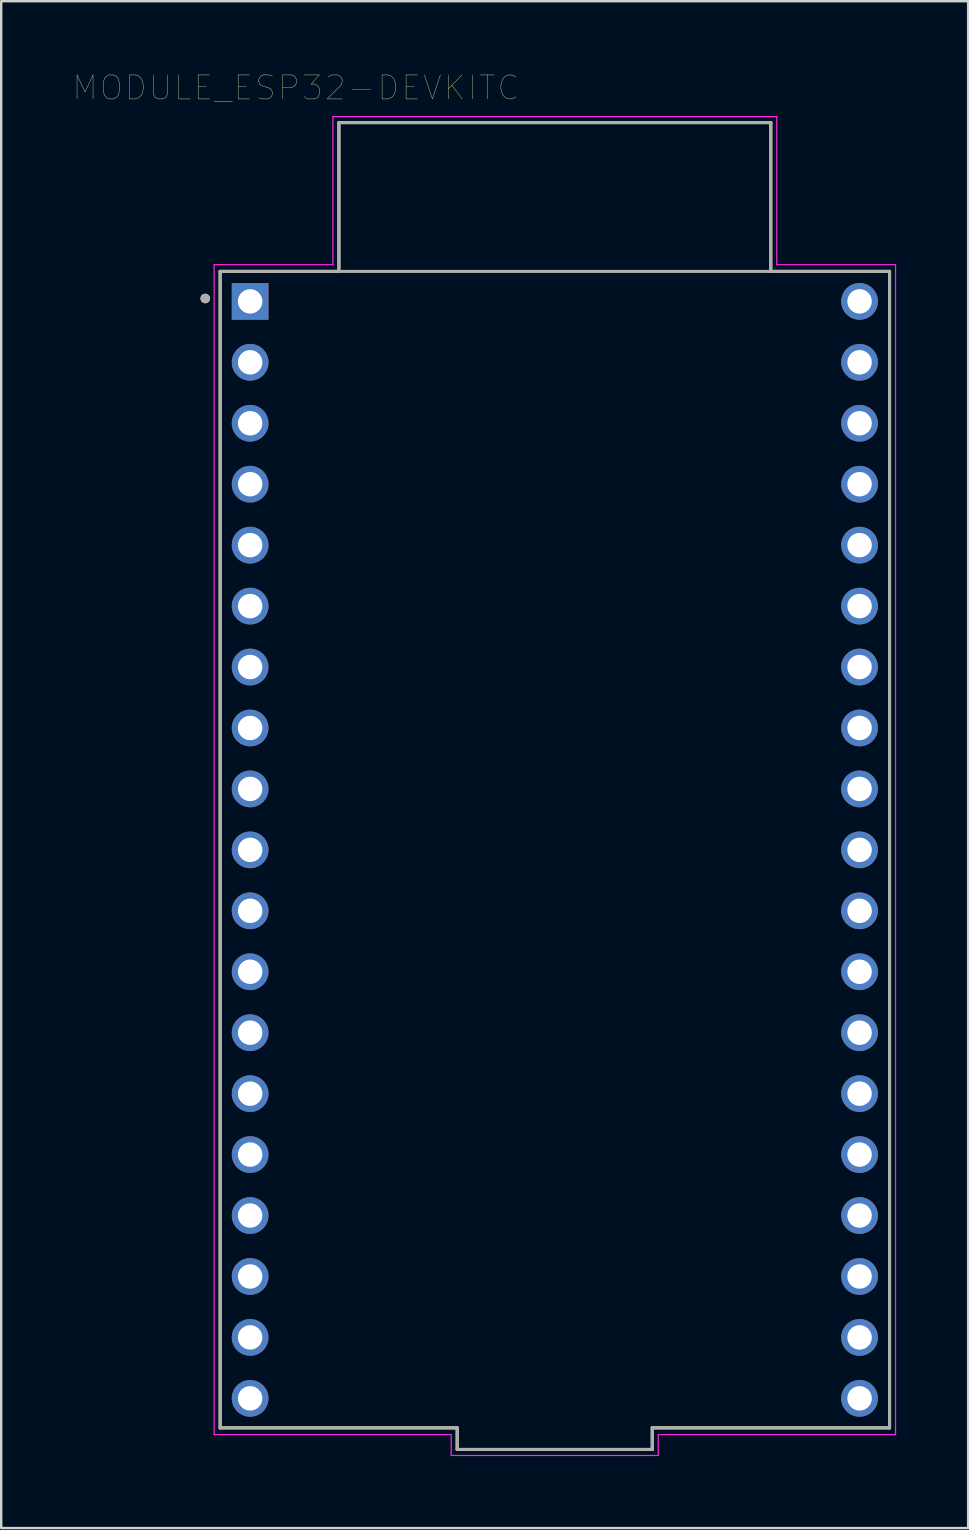
<source format=kicad_pcb>
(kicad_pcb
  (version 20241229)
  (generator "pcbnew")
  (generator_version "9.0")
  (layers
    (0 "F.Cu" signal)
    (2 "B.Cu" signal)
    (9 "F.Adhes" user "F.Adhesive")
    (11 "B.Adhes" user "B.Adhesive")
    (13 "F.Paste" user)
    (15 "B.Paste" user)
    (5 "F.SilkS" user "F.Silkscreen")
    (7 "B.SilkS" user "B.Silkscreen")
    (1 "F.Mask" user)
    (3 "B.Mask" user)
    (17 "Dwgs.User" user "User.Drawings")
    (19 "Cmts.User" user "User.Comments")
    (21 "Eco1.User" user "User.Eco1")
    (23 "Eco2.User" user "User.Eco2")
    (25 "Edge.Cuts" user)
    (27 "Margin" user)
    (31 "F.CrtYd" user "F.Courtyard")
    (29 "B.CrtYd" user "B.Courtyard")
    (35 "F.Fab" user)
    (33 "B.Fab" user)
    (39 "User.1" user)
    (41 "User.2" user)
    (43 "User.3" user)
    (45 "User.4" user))
  (footprint "MODULE_ESP32-DEVKITC"
    (layer "F.Cu")
    (at 20.075 32.361)
    (property "Reference" "MODULE_ESP32-DEVKITC" (at -10.795 -31.75 0) (layer "F.SilkS") (effects (font (size 1 1) (thickness 0.015))))
    (attr through_hole)
    (fp_line (start -13.95 -24.1) (end -13.95 24.1) (stroke (width 0.127) (type solid)) (layer "F.SilkS"))
    (fp_line (start -13.95 24.1) (end -4.07 24.1) (stroke (width 0.127) (type solid)) (layer "F.SilkS"))
    (fp_line (start -9 -30.3) (end 9 -30.3) (stroke (width 0.127) (type solid)) (layer "F.SilkS"))
    (fp_line (start -9 -24.1) (end -13.95 -24.1) (stroke (width 0.127) (type solid)) (layer "F.SilkS"))
    (fp_line (start -9 -24.1) (end -9 -30.3) (stroke (width 0.127) (type solid)) (layer "F.SilkS"))
    (fp_line (start -4.07 24.1) (end -4.07 25) (stroke (width 0.127) (type solid)) (layer "F.SilkS"))
    (fp_line (start -4.07 25) (end 4.06 25) (stroke (width 0.127) (type solid)) (layer "F.SilkS"))
    (fp_line (start 4.06 24.1) (end 13.95 24.1) (stroke (width 0.127) (type solid)) (layer "F.SilkS"))
    (fp_line (start 4.06 25) (end 4.06 24.1) (stroke (width 0.127) (type solid)) (layer "F.SilkS"))
    (fp_line (start 9 -30.3) (end 9 -24.1) (stroke (width 0.127) (type solid)) (layer "F.SilkS"))
    (fp_line (start 13.95 -24.1) (end 9 -24.1) (stroke (width 0.127) (type solid)) (layer "F.SilkS"))
    (fp_line (start 13.95 24.1) (end 13.95 -24.1) (stroke (width 0.127) (type solid)) (layer "F.SilkS"))
    (fp_circle (center -14.57 -22.97) (end -14.47 -22.97) (stroke (width 0.2) (type solid)) (fill no) (layer "F.SilkS"))
    (fp_line (start -14.2 -24.38) (end -14.2 24.38) (stroke (width 0.05) (type solid)) (layer "F.CrtYd"))
    (fp_line (start -14.2 24.38) (end -4.32 24.38) (stroke (width 0.05) (type solid)) (layer "F.CrtYd"))
    (fp_line (start -9.25 -30.55) (end 9.25 -30.55) (stroke (width 0.05) (type solid)) (layer "F.CrtYd"))
    (fp_line (start -9.25 -24.38) (end -14.2 -24.38) (stroke (width 0.05) (type solid)) (layer "F.CrtYd"))
    (fp_line (start -9.25 -24.38) (end -9.25 -30.55) (stroke (width 0.05) (type solid)) (layer "F.CrtYd"))
    (fp_line (start -4.32 24.38) (end -4.32 25.25) (stroke (width 0.05) (type solid)) (layer "F.CrtYd"))
    (fp_line (start -4.32 25.25) (end 4.31 25.25) (stroke (width 0.05) (type solid)) (layer "F.CrtYd"))
    (fp_line (start 4.31 24.38) (end 14.2 24.38) (stroke (width 0.05) (type solid)) (layer "F.CrtYd"))
    (fp_line (start 4.31 25.25) (end 4.31 24.38) (stroke (width 0.05) (type solid)) (layer "F.CrtYd"))
    (fp_line (start 9.25 -30.55) (end 9.25 -24.38) (stroke (width 0.05) (type solid)) (layer "F.CrtYd"))
    (fp_line (start 14.2 -24.38) (end 9.25 -24.38) (stroke (width 0.05) (type solid)) (layer "F.CrtYd"))
    (fp_line (start 14.2 24.38) (end 14.2 -24.38) (stroke (width 0.05) (type solid)) (layer "F.CrtYd"))
    (fp_line (start -13.95 -24.1) (end -13.95 24.1) (stroke (width 0.127) (type solid)) (layer "F.Fab"))
    (fp_line (start -13.95 24.1) (end -4.07 24.1) (stroke (width 0.127) (type solid)) (layer "F.Fab"))
    (fp_line (start -9 -30.3) (end 9 -30.3) (stroke (width 0.127) (type solid)) (layer "F.Fab"))
    (fp_line (start -9 -24.1) (end -13.95 -24.1) (stroke (width 0.127) (type solid)) (layer "F.Fab"))
    (fp_line (start -9 -24.1) (end -9 -30.3) (stroke (width 0.127) (type solid)) (layer "F.Fab"))
    (fp_line (start -4.07 24.1) (end -4.07 25) (stroke (width 0.127) (type solid)) (layer "F.Fab"))
    (fp_line (start -4.07 25) (end 4.06 25) (stroke (width 0.127) (type solid)) (layer "F.Fab"))
    (fp_line (start 4.06 24.1) (end 13.95 24.1) (stroke (width 0.127) (type solid)) (layer "F.Fab"))
    (fp_line (start 4.06 25) (end 4.06 24.1) (stroke (width 0.127) (type solid)) (layer "F.Fab"))
    (fp_line (start 9 -30.3) (end 9 -24.1) (stroke (width 0.127) (type solid)) (layer "F.Fab"))
    (fp_line (start 9 -24.1) (end -9 -24.1) (stroke (width 0.127) (type solid)) (layer "F.Fab"))
    (fp_line (start 13.95 -24.1) (end 9 -24.1) (stroke (width 0.127) (type solid)) (layer "F.Fab"))
    (fp_line (start 13.95 24.1) (end 13.95 -24.1) (stroke (width 0.127) (type solid)) (layer "F.Fab"))
    (fp_circle (center -14.57 -22.97) (end -14.47 -22.97) (stroke (width 0.2) (type solid)) (fill no) (layer "F.Fab"))
    (pad "1" thru_hole rect (at -12.7 -22.85) (size 1.53 1.53) (drill 1.02) (layers "*.Cu" "*.Mask"))
    (pad "2" thru_hole circle (at -12.7 -20.31) (size 1.53 1.53) (drill 1.02) (layers "*.Cu" "*.Mask"))
    (pad "3" thru_hole circle (at -12.7 -17.77) (size 1.53 1.53) (drill 1.02) (layers "*.Cu" "*.Mask"))
    (pad "4" thru_hole circle (at -12.7 -15.23) (size 1.53 1.53) (drill 1.02) (layers "*.Cu" "*.Mask"))
    (pad "5" thru_hole circle (at -12.7 -12.69) (size 1.53 1.53) (drill 1.02) (layers "*.Cu" "*.Mask"))
    (pad "6" thru_hole circle (at -12.7 -10.15) (size 1.53 1.53) (drill 1.02) (layers "*.Cu" "*.Mask"))
    (pad "7" thru_hole circle (at -12.7 -7.61) (size 1.53 1.53) (drill 1.02) (layers "*.Cu" "*.Mask"))
    (pad "8" thru_hole circle (at -12.7 -5.07) (size 1.53 1.53) (drill 1.02) (layers "*.Cu" "*.Mask"))
    (pad "9" thru_hole circle (at -12.7 -2.53) (size 1.53 1.53) (drill 1.02) (layers "*.Cu" "*.Mask"))
    (pad "10" thru_hole circle (at -12.7 0.01) (size 1.53 1.53) (drill 1.02) (layers "*.Cu" "*.Mask"))
    (pad "11" thru_hole circle (at -12.7 2.55) (size 1.53 1.53) (drill 1.02) (layers "*.Cu" "*.Mask"))
    (pad "12" thru_hole circle (at -12.7 5.09) (size 1.53 1.53) (drill 1.02) (layers "*.Cu" "*.Mask"))
    (pad "13" thru_hole circle (at -12.7 7.63) (size 1.53 1.53) (drill 1.02) (layers "*.Cu" "*.Mask"))
    (pad "14" thru_hole circle (at -12.7 10.17) (size 1.53 1.53) (drill 1.02) (layers "*.Cu" "*.Mask"))
    (pad "15" thru_hole circle (at -12.7 12.71) (size 1.53 1.53) (drill 1.02) (layers "*.Cu" "*.Mask"))
    (pad "16" thru_hole circle (at -12.7 15.25) (size 1.53 1.53) (drill 1.02) (layers "*.Cu" "*.Mask"))
    (pad "17" thru_hole circle (at -12.7 17.79) (size 1.53 1.53) (drill 1.02) (layers "*.Cu" "*.Mask"))
    (pad "18" thru_hole circle (at -12.7 20.33) (size 1.53 1.53) (drill 1.02) (layers "*.Cu" "*.Mask"))
    (pad "19" thru_hole circle (at -12.7 22.87) (size 1.53 1.53) (drill 1.02) (layers "*.Cu" "*.Mask"))
    (pad "20" thru_hole circle (at 12.7 22.87) (size 1.53 1.53) (drill 1.02) (layers "*.Cu" "*.Mask"))
    (pad "21" thru_hole circle (at 12.7 20.33) (size 1.53 1.53) (drill 1.02) (layers "*.Cu" "*.Mask"))
    (pad "22" thru_hole circle (at 12.7 17.79) (size 1.53 1.53) (drill 1.02) (layers "*.Cu" "*.Mask"))
    (pad "23" thru_hole circle (at 12.7 15.25) (size 1.53 1.53) (drill 1.02) (layers "*.Cu" "*.Mask"))
    (pad "24" thru_hole circle (at 12.7 12.71) (size 1.53 1.53) (drill 1.02) (layers "*.Cu" "*.Mask"))
    (pad "25" thru_hole circle (at 12.7 10.17) (size 1.53 1.53) (drill 1.02) (layers "*.Cu" "*.Mask"))
    (pad "26" thru_hole circle (at 12.7 7.63) (size 1.53 1.53) (drill 1.02) (layers "*.Cu" "*.Mask"))
    (pad "27" thru_hole circle (at 12.7 5.09) (size 1.53 1.53) (drill 1.02) (layers "*.Cu" "*.Mask"))
    (pad "28" thru_hole circle (at 12.7 2.55) (size 1.53 1.53) (drill 1.02) (layers "*.Cu" "*.Mask"))
    (pad "29" thru_hole circle (at 12.7 0.01) (size 1.53 1.53) (drill 1.02) (layers "*.Cu" "*.Mask"))
    (pad "30" thru_hole circle (at 12.7 -2.53) (size 1.53 1.53) (drill 1.02) (layers "*.Cu" "*.Mask"))
    (pad "31" thru_hole circle (at 12.7 -5.07) (size 1.53 1.53) (drill 1.02) (layers "*.Cu" "*.Mask"))
    (pad "32" thru_hole circle (at 12.7 -7.61) (size 1.53 1.53) (drill 1.02) (layers "*.Cu" "*.Mask"))
    (pad "33" thru_hole circle (at 12.7 -10.15) (size 1.53 1.53) (drill 1.02) (layers "*.Cu" "*.Mask"))
    (pad "34" thru_hole circle (at 12.7 -12.69) (size 1.53 1.53) (drill 1.02) (layers "*.Cu" "*.Mask"))
    (pad "35" thru_hole circle (at 12.7 -15.23) (size 1.53 1.53) (drill 1.02) (layers "*.Cu" "*.Mask"))
    (pad "36" thru_hole circle (at 12.7 -17.77) (size 1.53 1.53) (drill 1.02) (layers "*.Cu" "*.Mask"))
    (pad "37" thru_hole circle (at 12.7 -20.31) (size 1.53 1.53) (drill 1.02) (layers "*.Cu" "*.Mask"))
    (pad "38" thru_hole circle (at 12.7 -22.85) (size 1.53 1.53) (drill 1.02) (layers "*.Cu" "*.Mask")))
  (gr_rect
    (start -3 -3)
    (end 37.3 60.636)
    (stroke (width 0.1) (type default))
    (fill no)
    (layer "Edge.Cuts")))
</source>
